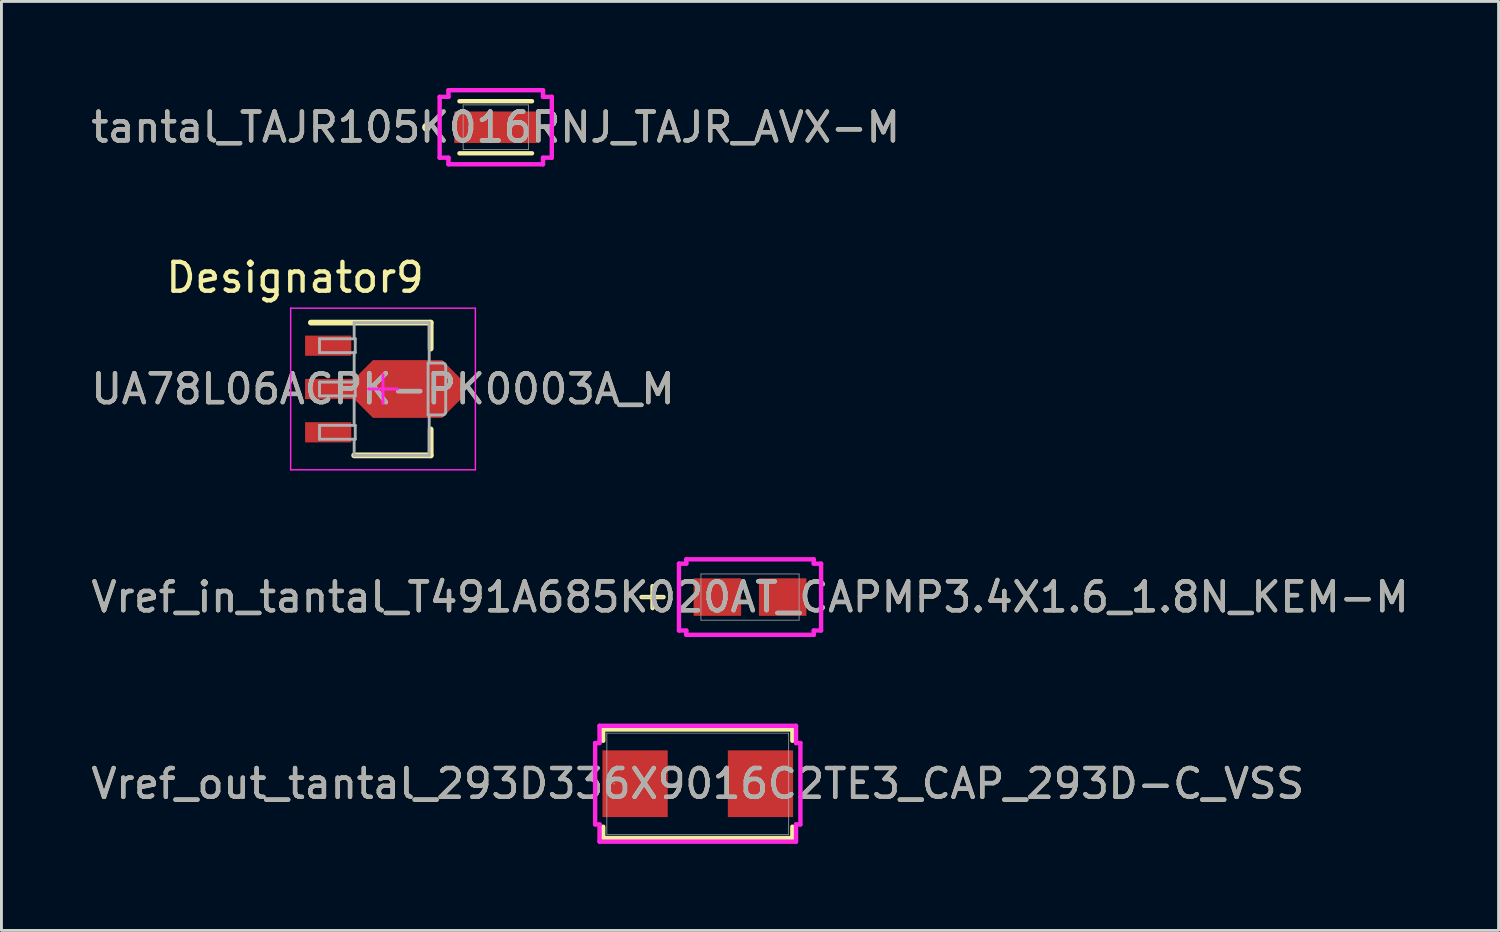
<source format=kicad_pcb>
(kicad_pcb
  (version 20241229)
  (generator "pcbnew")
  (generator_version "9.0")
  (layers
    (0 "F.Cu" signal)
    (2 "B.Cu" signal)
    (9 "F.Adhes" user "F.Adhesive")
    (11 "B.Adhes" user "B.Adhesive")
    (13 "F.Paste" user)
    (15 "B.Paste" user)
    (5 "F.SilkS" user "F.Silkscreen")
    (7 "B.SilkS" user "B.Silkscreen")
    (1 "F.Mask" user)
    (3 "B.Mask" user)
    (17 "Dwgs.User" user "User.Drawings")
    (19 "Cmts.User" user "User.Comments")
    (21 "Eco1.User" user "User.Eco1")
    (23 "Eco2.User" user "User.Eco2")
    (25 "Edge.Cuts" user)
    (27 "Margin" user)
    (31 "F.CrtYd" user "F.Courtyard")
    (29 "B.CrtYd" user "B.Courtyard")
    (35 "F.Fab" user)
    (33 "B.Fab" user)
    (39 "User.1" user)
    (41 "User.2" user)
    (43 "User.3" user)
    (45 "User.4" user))
  (footprint "Vref_out_tantal_293D336X9016C2TE3_CAP_293D-C_VSS"
    (layer "F.Cu")
    (at 21.125 24.103)
    (property "Reference" "Vref_out_tantal_293D336X9016C2TE3_CAP_293D-C_VSS" (at 0 0 0) (unlocked yes) (layer "F.SilkS") (effects (font (size 1 1) (thickness 0.15))))
    (attr smd)
    (fp_line (start -3.277 -1.88) (end -3.277 -1.488) (stroke (width 0.152) (type solid)) (layer "F.SilkS"))
    (fp_line (start -3.277 1.488) (end -3.277 1.88) (stroke (width 0.152) (type solid)) (layer "F.SilkS"))
    (fp_line (start -3.277 1.88) (end 3.277 1.88) (stroke (width 0.152) (type solid)) (layer "F.SilkS"))
    (fp_line (start 3.277 -1.88) (end -3.277 -1.88) (stroke (width 0.152) (type solid)) (layer "F.SilkS"))
    (fp_line (start 3.277 -1.488) (end 3.277 -1.88) (stroke (width 0.152) (type solid)) (layer "F.SilkS"))
    (fp_line (start 3.277 1.88) (end 3.277 1.488) (stroke (width 0.152) (type solid)) (layer "F.SilkS"))
    (fp_line (start -3.556 -1.41) (end -3.404 -1.41) (stroke (width 0.152) (type solid)) (layer "F.CrtYd"))
    (fp_line (start -3.556 1.41) (end -3.556 -1.41) (stroke (width 0.152) (type solid)) (layer "F.CrtYd"))
    (fp_line (start -3.404 -2.007) (end 3.404 -2.007) (stroke (width 0.152) (type solid)) (layer "F.CrtYd"))
    (fp_line (start -3.404 -1.41) (end -3.404 -2.007) (stroke (width 0.152) (type solid)) (layer "F.CrtYd"))
    (fp_line (start -3.404 1.41) (end -3.556 1.41) (stroke (width 0.152) (type solid)) (layer "F.CrtYd"))
    (fp_line (start -3.404 2.007) (end -3.404 1.41) (stroke (width 0.152) (type solid)) (layer "F.CrtYd"))
    (fp_line (start 3.404 -2.007) (end 3.404 -1.41) (stroke (width 0.152) (type solid)) (layer "F.CrtYd"))
    (fp_line (start 3.404 -1.41) (end 3.556 -1.41) (stroke (width 0.152) (type solid)) (layer "F.CrtYd"))
    (fp_line (start 3.404 1.41) (end 3.404 2.007) (stroke (width 0.152) (type solid)) (layer "F.CrtYd"))
    (fp_line (start 3.404 2.007) (end -3.404 2.007) (stroke (width 0.152) (type solid)) (layer "F.CrtYd"))
    (fp_line (start 3.556 -1.41) (end 3.556 1.41) (stroke (width 0.152) (type solid)) (layer "F.CrtYd"))
    (fp_line (start 3.556 1.41) (end 3.404 1.41) (stroke (width 0.152) (type solid)) (layer "F.CrtYd"))
    (fp_line (start -3.15 -1.753) (end -3.15 1.753) (stroke (width 0.025) (type solid)) (layer "F.Fab"))
    (fp_line (start -3.15 1.753) (end 3.15 1.753) (stroke (width 0.025) (type solid)) (layer "F.Fab"))
    (fp_line (start 3.15 -1.753) (end -3.15 -1.753) (stroke (width 0.025) (type solid)) (layer "F.Fab"))
    (fp_line (start 3.15 1.753) (end 3.15 -1.753) (stroke (width 0.025) (type solid)) (layer "F.Fab"))
    (fp_circle (center -2.896 0) (end -2.896 0) (stroke (width 0.025) (type solid)) (fill no) (layer "F.Fab"))
    (fp_text user "${REFERENCE}" (at 0 0 0) (unlocked yes) (layer "F.Fab") (effects (font (size 1 1) (thickness 0.15))))
    (pad "1" smd rect (at -2.172 0 90) (size 2.311 2.261) (layers "F.Cu" "F.Mask" "F.Paste"))
    (pad "2" smd rect (at 2.172 0 90) (size 2.311 2.261) (layers "F.Cu" "F.Mask" "F.Paste"))
    (zone (net_name "") (layer "F.Cu") (hatch full 0.508) (connect_pads) (min_thickness 0.254) (filled_areas_thickness no) (keepout (tracks not_allowed) (vias not_allowed) (pads allowed) (copperpour not_allowed) (footprints allowed)) (placement (enabled no)) (fill) (polygon (pts (xy 18.026 22.401) (xy 24.224 22.401) (xy 24.224 22.897) (xy 18.026 22.897))))
    (zone (net_name "") (layer "F.Cu") (hatch full 0.508) (connect_pads) (min_thickness 0.254) (filled_areas_thickness no) (keepout (tracks not_allowed) (vias not_allowed) (pads allowed) (copperpour not_allowed) (footprints allowed)) (placement (enabled no)) (fill) (polygon (pts (xy 18.026 25.31) (xy 24.224 25.31) (xy 24.224 25.805) (xy 18.026 25.805))))
    (zone (net_name "") (layer "F.Cu") (hatch full 0.508) (connect_pads) (min_thickness 0.254) (filled_areas_thickness no) (keepout (tracks not_allowed) (vias not_allowed) (pads allowed) (copperpour not_allowed) (footprints allowed)) (placement (enabled no)) (fill) (polygon (pts (xy 20.134 22.897) (xy 22.116 22.897) (xy 22.116 25.31) (xy 20.134 25.31)))))
  (footprint "tantal_TAJR105K016RNJ_TAJR_AVX-M"
    (layer "F.Cu")
    (at 14.125 1.359)
    (property "Reference" "tantal_TAJR105K016RNJ_TAJR_AVX-M" (at 0 0 0) (unlocked yes) (layer "F.SilkS") (effects (font (size 1 1) (thickness 0.15))))
    (attr smd)
    (fp_line (start -1.257 0.902) (end 1.257 0.902) (stroke (width 0.152) (type solid)) (layer "F.SilkS"))
    (fp_line (start 1.257 -0.902) (end -1.257 -0.902) (stroke (width 0.152) (type solid)) (layer "F.SilkS"))
    (fp_circle (center -2.4 0) (end -2.324 0) (stroke (width 0.152) (type solid)) (fill no) (layer "F.SilkS"))
    (fp_line (start -1.943 -1.054) (end -1.638 -1.054) (stroke (width 0.152) (type solid)) (layer "F.CrtYd"))
    (fp_line (start -1.943 1.054) (end -1.943 -1.054) (stroke (width 0.152) (type solid)) (layer "F.CrtYd"))
    (fp_line (start -1.638 -1.283) (end 1.638 -1.283) (stroke (width 0.152) (type solid)) (layer "F.CrtYd"))
    (fp_line (start -1.638 -1.054) (end -1.638 -1.283) (stroke (width 0.152) (type solid)) (layer "F.CrtYd"))
    (fp_line (start -1.638 1.054) (end -1.943 1.054) (stroke (width 0.152) (type solid)) (layer "F.CrtYd"))
    (fp_line (start -1.638 1.283) (end -1.638 1.054) (stroke (width 0.152) (type solid)) (layer "F.CrtYd"))
    (fp_line (start 1.638 -1.283) (end 1.638 -1.054) (stroke (width 0.152) (type solid)) (layer "F.CrtYd"))
    (fp_line (start 1.638 -1.054) (end 1.943 -1.054) (stroke (width 0.152) (type solid)) (layer "F.CrtYd"))
    (fp_line (start 1.638 1.054) (end 1.638 1.283) (stroke (width 0.152) (type solid)) (layer "F.CrtYd"))
    (fp_line (start 1.638 1.283) (end -1.638 1.283) (stroke (width 0.152) (type solid)) (layer "F.CrtYd"))
    (fp_line (start 1.943 -1.054) (end 1.943 1.054) (stroke (width 0.152) (type solid)) (layer "F.CrtYd"))
    (fp_line (start 1.943 1.054) (end 1.638 1.054) (stroke (width 0.152) (type solid)) (layer "F.CrtYd"))
    (fp_line (start -1.13 -0.775) (end -1.13 0.775) (stroke (width 0.025) (type solid)) (layer "F.Fab"))
    (fp_line (start -1.13 0.775) (end 1.13 0.775) (stroke (width 0.025) (type solid)) (layer "F.Fab"))
    (fp_line (start 1.13 -0.775) (end -1.13 -0.775) (stroke (width 0.025) (type solid)) (layer "F.Fab"))
    (fp_line (start 1.13 0.775) (end 1.13 -0.775) (stroke (width 0.025) (type solid)) (layer "F.Fab"))
    (fp_circle (center -0.876 0) (end -0.8 0) (stroke (width 0.025) (type solid)) (fill no) (layer "F.Fab"))
    (fp_text user "${REFERENCE}" (at 0 0 0) (unlocked yes) (layer "F.Fab") (effects (font (size 1 1) (thickness 0.15))))
    (pad "1" smd rect (at -0.706 0 90) (size 1.092 1.459) (layers "F.Cu" "F.Mask" "F.Paste"))
    (pad "2" smd rect (at 0.706 0 90) (size 1.092 1.459) (layers "F.Cu" "F.Mask" "F.Paste"))
    (zone (net_name "") (layer "F.Cu") (hatch full 0.508) (connect_pads) (min_thickness 0.254) (filled_areas_thickness no) (keepout (tracks not_allowed) (vias not_allowed) (pads allowed) (copperpour not_allowed) (footprints allowed)) (placement (enabled no)) (fill) (polygon (pts (xy 13.046 0.635) (xy 15.205 0.635) (xy 15.205 0.762) (xy 13.046 0.762))))
    (zone (net_name "") (layer "F.Cu") (hatch full 0.508) (connect_pads) (min_thickness 0.254) (filled_areas_thickness no) (keepout (tracks not_allowed) (vias not_allowed) (pads allowed) (copperpour not_allowed) (footprints allowed)) (placement (enabled no)) (fill) (polygon (pts (xy 13.046 1.956) (xy 15.205 1.956) (xy 15.205 2.083) (xy 13.046 2.083))))
    (zone (net_name "") (layer "F.Cu") (hatch full 0.508) (connect_pads) (min_thickness 0.254) (filled_areas_thickness no) (keepout (tracks not_allowed) (vias not_allowed) (pads allowed) (copperpour not_allowed) (footprints allowed)) (placement (enabled no)) (fill) (polygon (pts (xy 14.25 0.762) (xy 14 0.762) (xy 14 1.956) (xy 14.25 1.956)))))
  (footprint "UA78L06ACPK-PK0003A_M"
    (layer "F.Cu")
    (at 10.22 10.427)
    (property "Reference" "UA78L06ACPK-PK0003A_M" (at 0 0 0) (unlocked yes) (layer "F.SilkS") (effects (font (size 1 1) (thickness 0.15))))
    (attr smd)
    (fp_poly (pts (xy -1 -0.35) (xy -0.35 -1) (xy 2.05 -1) (xy 2.7 -0.35) (xy 2.7 0.35) (xy 2.05 1) (xy -0.35 1) (xy -1 0.35) (xy -1.2 0.35) (xy -1.2 -0.35)) (stroke (width 0) (type solid)) (fill yes) (layer "F.Cu"))
    (fp_poly (pts (xy -1.021 -0.401) (xy -0.386 -1.036) (xy -0.378 -1.042) (xy -0.369 -1.047) (xy -0.36 -1.05) (xy -0.35 -1.051) (xy 2.05 -1.051) (xy 2.06 -1.05) (xy 2.069 -1.047) (xy 2.078 -1.042) (xy 2.086 -1.036) (xy 2.736 -0.386) (xy 2.742 -0.378) (xy 2.747 -0.369) (xy 2.75 -0.36) (xy 2.751 -0.35) (xy 2.751 0.35) (xy 2.75 0.36) (xy 2.747 0.369) (xy 2.742 0.378) (xy 2.736 0.386) (xy 2.086 1.036) (xy 2.078 1.042) (xy 2.069 1.047) (xy 2.06 1.05) (xy 2.05 1.051) (xy -0.35 1.051) (xy -0.36 1.05) (xy -0.369 1.047) (xy -0.378 1.042) (xy -0.386 1.036) (xy -1.021 0.401) (xy -1.2 0.401) (xy -1.21 0.4) (xy -1.219 0.397) (xy -1.228 0.392) (xy -1.236 0.386) (xy -1.242 0.378) (xy -1.247 0.369) (xy -1.25 0.36) (xy -1.251 0.35) (xy -1.251 -0.35) (xy -1.25 -0.36) (xy -1.247 -0.369) (xy -1.242 -0.378) (xy -1.236 -0.386) (xy -1.228 -0.392) (xy -1.219 -0.397) (xy -1.21 -0.4) (xy -1.2 -0.401)) (stroke (width 0) (type solid)) (fill yes) (layer "F.Mask"))
    (fp_line (start -2.5 -2.3) (end 1.651 -2.3) (stroke (width 0.2) (type solid)) (layer "F.SilkS"))
    (fp_line (start -1 2.3) (end 1.651 2.3) (stroke (width 0.2) (type solid)) (layer "F.SilkS"))
    (fp_line (start 1.651 -1.4) (end 1.651 -2.3) (stroke (width 0.2) (type solid)) (layer "F.SilkS"))
    (fp_line (start 1.651 2.3) (end 1.651 1.4) (stroke (width 0.2) (type solid)) (layer "F.SilkS"))
    (fp_poly (pts (xy -1 -0.35) (xy -0.35 -1) (xy 2.05 -1) (xy 2.7 -0.35) (xy 2.7 0.35) (xy 2.05 1) (xy -0.35 1) (xy -1 0.35) (xy -1.2 0.35) (xy -1.2 -0.35)) (stroke (width 0) (type solid)) (fill yes) (layer "F.Paste"))
    (fp_line (start -3.2 -2.8) (end 3.2 -2.8) (stroke (width 0.05) (type solid)) (layer "F.CrtYd"))
    (fp_line (start -3.2 2.8) (end -3.2 -2.8) (stroke (width 0.05) (type solid)) (layer "F.CrtYd"))
    (fp_line (start -3.2 2.8) (end 3.2 2.8) (stroke (width 0.05) (type solid)) (layer "F.CrtYd"))
    (fp_line (start -0.5 0) (end 0.5 0) (stroke (width 0.1) (type solid)) (layer "F.CrtYd"))
    (fp_line (start 0 0.5) (end 0 -0.5) (stroke (width 0.1) (type solid)) (layer "F.CrtYd"))
    (fp_line (start 3.2 2.8) (end 3.2 -2.8) (stroke (width 0.05) (type solid)) (layer "F.CrtYd"))
    (fp_line (start -2.2 -1.74) (end -0.962 -1.74) (stroke (width 0.1) (type solid)) (layer "F.Fab"))
    (fp_line (start -2.2 -1.26) (end -2.2 -1.74) (stroke (width 0.1) (type solid)) (layer "F.Fab"))
    (fp_line (start -2.2 -1.26) (end -0.962 -1.26) (stroke (width 0.1) (type solid)) (layer "F.Fab"))
    (fp_line (start -2.2 -0.24) (end -0.962 -0.24) (stroke (width 0.1) (type solid)) (layer "F.Fab"))
    (fp_line (start -2.2 0.24) (end -2.2 -0.24) (stroke (width 0.1) (type solid)) (layer "F.Fab"))
    (fp_line (start -2.2 0.24) (end -0.962 0.24) (stroke (width 0.1) (type solid)) (layer "F.Fab"))
    (fp_line (start -2.2 1.26) (end -0.962 1.26) (stroke (width 0.1) (type solid)) (layer "F.Fab"))
    (fp_line (start -2.2 1.74) (end -2.2 1.26) (stroke (width 0.1) (type solid)) (layer "F.Fab"))
    (fp_line (start -2.2 1.74) (end -0.962 1.74) (stroke (width 0.1) (type solid)) (layer "F.Fab"))
    (fp_line (start -1 -2.3) (end 1.6 -2.3) (stroke (width 0.1) (type solid)) (layer "F.Fab"))
    (fp_line (start -1 -1.74) (end -1 -2.3) (stroke (width 0.1) (type solid)) (layer "F.Fab"))
    (fp_line (start -1 -0.24) (end -1 -1.26) (stroke (width 0.1) (type solid)) (layer "F.Fab"))
    (fp_line (start -1 1.26) (end -1 0.24) (stroke (width 0.1) (type solid)) (layer "F.Fab"))
    (fp_line (start -1 2.3) (end -1 1.74) (stroke (width 0.1) (type solid)) (layer "F.Fab"))
    (fp_line (start -1 2.3) (end 1.6 2.3) (stroke (width 0.1) (type solid)) (layer "F.Fab"))
    (fp_line (start -0.962 -1.26) (end -0.962 -1.74) (stroke (width 0.1) (type solid)) (layer "F.Fab"))
    (fp_line (start -0.962 0.24) (end -0.962 -0.24) (stroke (width 0.1) (type solid)) (layer "F.Fab"))
    (fp_line (start -0.962 1.74) (end -0.962 1.26) (stroke (width 0.1) (type solid)) (layer "F.Fab"))
    (fp_line (start 1.562 -0.9) (end 2.072 -0.9) (stroke (width 0.1) (type solid)) (layer "F.Fab"))
    (fp_line (start 1.562 0.9) (end 1.562 -0.9) (stroke (width 0.1) (type solid)) (layer "F.Fab"))
    (fp_line (start 1.562 0.9) (end 2.072 0.9) (stroke (width 0.1) (type solid)) (layer "F.Fab"))
    (fp_line (start 1.6 -0.9) (end 1.6 -2.3) (stroke (width 0.1) (type solid)) (layer "F.Fab"))
    (fp_line (start 1.6 2.3) (end 1.6 0.9) (stroke (width 0.1) (type solid)) (layer "F.Fab"))
    (fp_line (start 2.172 0.8) (end 2.172 -0.8) (stroke (width 0.1) (type solid)) (layer "F.Fab"))
    (fp_arc (start 2.072312 -0.899998) (mid 2.143023 -0.870709) (end 2.172312 -0.799998) (stroke (width 0.1) (type solid)) (layer "F.Fab"))
    (fp_arc (start 2.172312 0.800001) (mid 2.143023 0.870711) (end 2.072312 0.900001) (stroke (width 0.1) (type solid)) (layer "F.Fab"))
    (fp_text user "Designator9" (at -3.048 -3.861 0) (unlocked yes) (layer "F.SilkS") (effects (font (size 1 1) (thickness 0.15))))
    (fp_text user "${REFERENCE}" (at 0 0 0) (unlocked yes) (layer "F.Fab") (effects (font (size 1 1) (thickness 0.15))))
    (pad "1" smd rect (at -1.9 -1.5 90) (size 0.7 1.6) (layers "F.Cu" "F.Mask" "F.Paste"))
    (pad "2" smd rect (at -1.85 0 90) (size 0.7 1.7) (layers "F.Cu" "F.Mask" "F.Paste"))
    (pad "3" smd rect (at -1.9 1.5 90) (size 0.7 1.6) (layers "F.Cu" "F.Mask" "F.Paste")))
  (footprint "Vref_in_tantal_T491A685K020AT_CAPMP3.4X1.6_1.8N_KEM-M"
    (layer "F.Cu")
    (at 22.935 17.636)
    (property "Reference" "Vref_in_tantal_T491A685K020AT_CAPMP3.4X1.6_1.8N_KEM-M" (at 0 0 0) (unlocked yes) (layer "F.SilkS") (effects (font (size 1 1) (thickness 0.15))))
    (attr smd)
    (fp_line (start -3.378 -0.381) (end -3.378 0.381) (stroke (width 0.152) (type solid)) (layer "F.SilkS"))
    (fp_line (start -2.997 0) (end -3.759 0) (stroke (width 0.152) (type solid)) (layer "F.SilkS"))
    (fp_line (start -2.462 -1.158) (end -2.208 -1.158) (stroke (width 0.152) (type solid)) (layer "F.CrtYd"))
    (fp_line (start -2.462 1.158) (end -2.462 -1.158) (stroke (width 0.152) (type solid)) (layer "F.CrtYd"))
    (fp_line (start -2.208 -1.308) (end 2.208 -1.308) (stroke (width 0.152) (type solid)) (layer "F.CrtYd"))
    (fp_line (start -2.208 -1.158) (end -2.208 -1.308) (stroke (width 0.152) (type solid)) (layer "F.CrtYd"))
    (fp_line (start -2.208 1.158) (end -2.462 1.158) (stroke (width 0.152) (type solid)) (layer "F.CrtYd"))
    (fp_line (start -2.208 1.308) (end -2.208 1.158) (stroke (width 0.152) (type solid)) (layer "F.CrtYd"))
    (fp_line (start 2.208 -1.308) (end 2.208 -1.158) (stroke (width 0.152) (type solid)) (layer "F.CrtYd"))
    (fp_line (start 2.208 -1.158) (end 2.462 -1.158) (stroke (width 0.152) (type solid)) (layer "F.CrtYd"))
    (fp_line (start 2.208 1.158) (end 2.208 1.308) (stroke (width 0.152) (type solid)) (layer "F.CrtYd"))
    (fp_line (start 2.208 1.308) (end -2.208 1.308) (stroke (width 0.152) (type solid)) (layer "F.CrtYd"))
    (fp_line (start 2.462 -1.158) (end 2.462 1.158) (stroke (width 0.152) (type solid)) (layer "F.CrtYd"))
    (fp_line (start 2.462 1.158) (end 2.208 1.158) (stroke (width 0.152) (type solid)) (layer "F.CrtYd"))
    (fp_line (start -3.378 -0.381) (end -3.378 0.381) (stroke (width 0.025) (type solid)) (layer "F.Fab"))
    (fp_line (start -2.997 0) (end -3.759 0) (stroke (width 0.025) (type solid)) (layer "F.Fab"))
    (fp_line (start -1.7 -0.8) (end -1.7 0.8) (stroke (width 0.025) (type solid)) (layer "F.Fab"))
    (fp_line (start -1.7 0.8) (end 1.7 0.8) (stroke (width 0.025) (type solid)) (layer "F.Fab"))
    (fp_line (start 1.7 -0.8) (end -1.7 -0.8) (stroke (width 0.025) (type solid)) (layer "F.Fab"))
    (fp_line (start 1.7 0.8) (end 1.7 -0.8) (stroke (width 0.025) (type solid)) (layer "F.Fab"))
    (fp_text user "${REFERENCE}" (at 0 0 0) (unlocked yes) (layer "F.Fab") (effects (font (size 1 1) (thickness 0.15))))
    (pad "1" smd rect (at -1.131 0 90) (size 1.3 1.646) (layers "F.Cu" "F.Mask" "F.Paste"))
    (pad "2" smd rect (at 1.131 0 90) (size 1.3 1.646) (layers "F.Cu" "F.Mask" "F.Paste"))
    (zone (net_name "") (layer "F.Cu") (hatch full 0.508) (connect_pads) (min_thickness 0.254) (filled_areas_thickness no) (keepout (tracks not_allowed) (vias not_allowed) (pads allowed) (copperpour not_allowed) (footprints allowed)) (placement (enabled no)) (fill) (polygon (pts (xy 21.285 16.887) (xy 24.584 16.887) (xy 24.584 16.935) (xy 21.285 16.935))))
    (zone (net_name "") (layer "F.Cu") (hatch full 0.508) (connect_pads) (min_thickness 0.254) (filled_areas_thickness no) (keepout (tracks not_allowed) (vias not_allowed) (pads allowed) (copperpour not_allowed) (footprints allowed)) (placement (enabled no)) (fill) (polygon (pts (xy 21.285 18.337) (xy 24.584 18.337) (xy 24.584 18.385) (xy 21.285 18.385))))
    (zone (net_name "") (layer "F.Cu") (hatch full 0.508) (connect_pads) (min_thickness 0.254) (filled_areas_thickness no) (keepout (tracks not_allowed) (vias not_allowed) (pads allowed) (copperpour not_allowed) (footprints allowed)) (placement (enabled no)) (fill) (polygon (pts (xy 22.677 16.935) (xy 23.192 16.935) (xy 23.192 18.337) (xy 22.677 18.337)))))
  (gr_rect
    (start -3 -3)
    (end 48.869 29.186)
    (stroke (width 0.1) (type default))
    (fill no)
    (layer "Edge.Cuts")))
</source>
